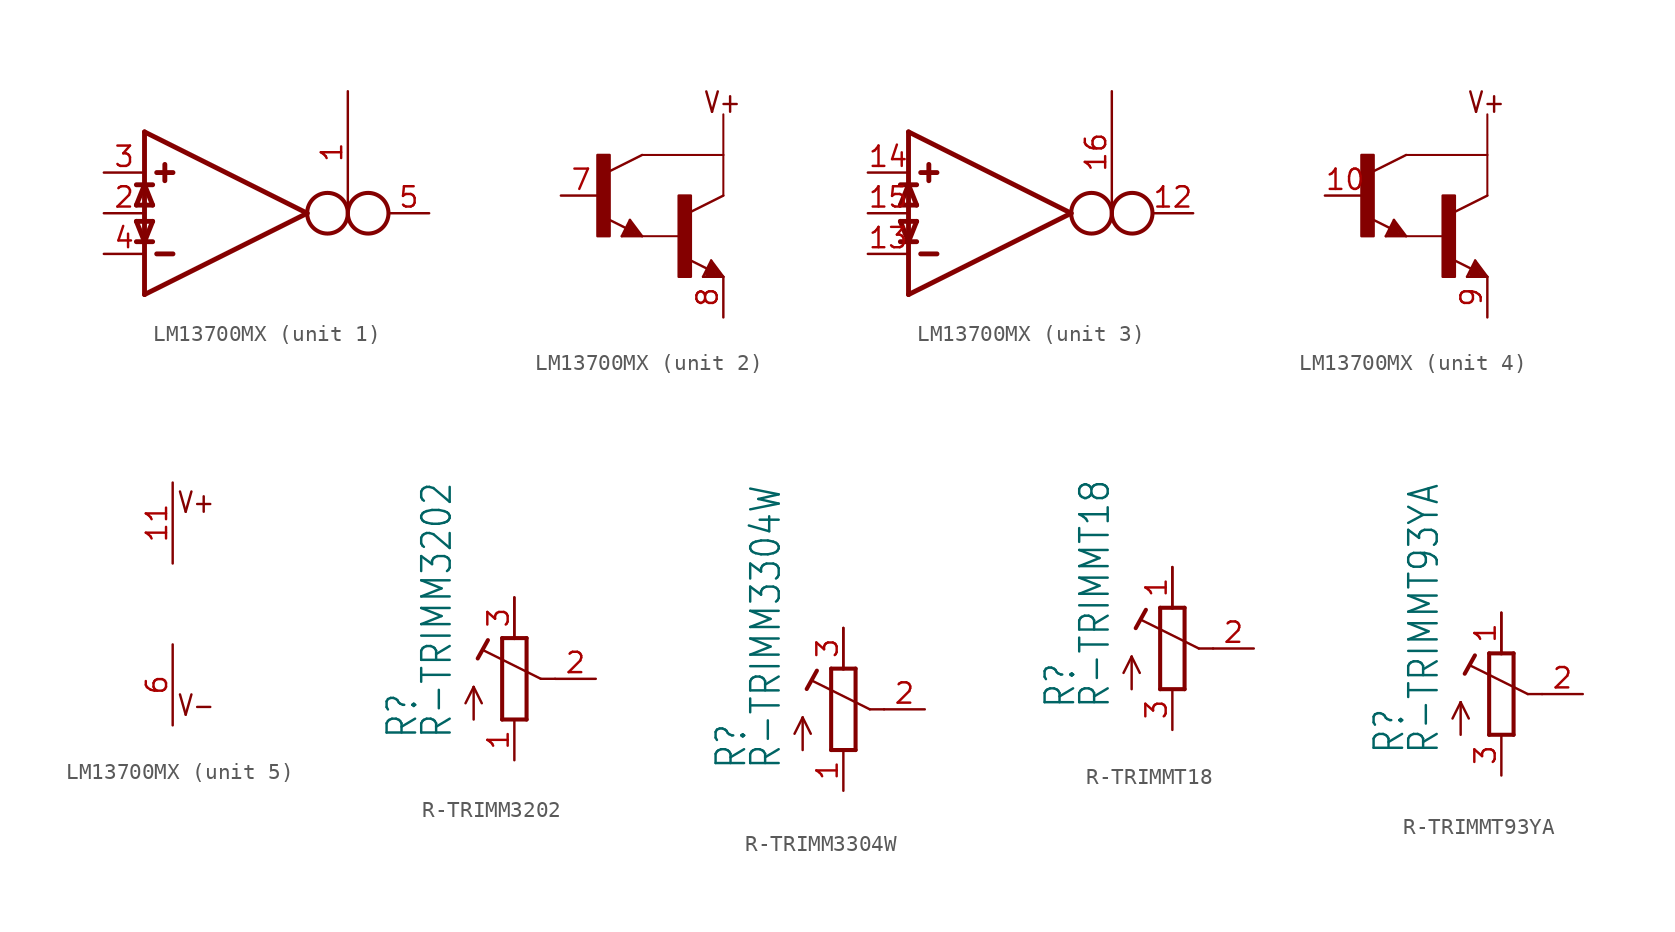
<source format=kicad_sym>
(kicad_symbol_lib
  (version 20211014)
  (generator kicad_symbol_editor)
  (symbol "LM13700MX"
    (property "Reference" "IC"
      (at 5.08 2.54 0)
      (effects (font (size 1.778 1.511)) (justify left bottom) hide))
    (property "ki_locked" ""
      (at 0 0 0)
      (effects (font (size 1.27 1.27))))
    (symbol "LM13700MX_1_0"
      (polyline (pts (xy -5.588 -0.508) (xy -5.08 -1.778)) (stroke (width 0.305) (type default) (color 0 0 0 0)) (fill (type none)))
      (polyline (pts (xy -5.588 0.508) (xy -4.572 0.508)) (stroke (width 0.305) (type default) (color 0 0 0 0)) (fill (type none)))
      (polyline (pts (xy -5.588 1.778) (xy -4.572 1.778)) (stroke (width 0.305) (type default) (color 0 0 0 0)) (fill (type none)))
      (polyline (pts (xy -5.08 -5.08) (xy 5.08 0)) (stroke (width 0.305) (type default) (color 0 0 0 0)) (fill (type none)))
      (polyline (pts (xy -5.08 -1.778) (xy -4.572 -0.508)) (stroke (width 0.305) (type default) (color 0 0 0 0)) (fill (type none)))
      (polyline (pts (xy -5.08 1.778) (xy -5.588 0.508)) (stroke (width 0.305) (type default) (color 0 0 0 0)) (fill (type none)))
      (polyline (pts (xy -5.08 5.08) (xy -5.08 -5.08)) (stroke (width 0.305) (type default) (color 0 0 0 0)) (fill (type none)))
      (polyline (pts (xy -4.572 -1.778) (xy -5.588 -1.778)) (stroke (width 0.305) (type default) (color 0 0 0 0)) (fill (type none)))
      (polyline (pts (xy -4.572 -0.508) (xy -5.588 -0.508)) (stroke (width 0.305) (type default) (color 0 0 0 0)) (fill (type none)))
      (polyline (pts (xy -4.572 0.508) (xy -5.08 1.778)) (stroke (width 0.305) (type default) (color 0 0 0 0)) (fill (type none)))
      (polyline (pts (xy -4.318 -2.54) (xy -3.302 -2.54)) (stroke (width 0.305) (type default) (color 0 0 0 0)) (fill (type none)))
      (polyline (pts (xy -4.318 2.54) (xy -3.302 2.54)) (stroke (width 0.305) (type default) (color 0 0 0 0)) (fill (type none)))
      (polyline (pts (xy -3.81 3.048) (xy -3.81 2.032)) (stroke (width 0.305) (type default) (color 0 0 0 0)) (fill (type none)))
      (polyline (pts (xy 5.08 0) (xy -5.08 5.08)) (stroke (width 0.305) (type default) (color 0 0 0 0)) (fill (type none)))
      (circle (center 6.35 0) (radius 1.27) (stroke (width 0.254) (type default) (color 0 0 0 0)) (fill (type none)))
      (circle (center 8.89 0) (radius 1.27) (stroke (width 0.254) (type default) (color 0 0 0 0)) (fill (type none)))
      (pin input line (at 7.62 7.62 270) (length 7.62) (name "I_BIAS" (effects (font (size 0 0)))) (number "1" (effects (font (size 1.27 1.27)))))
      (pin input line (at -7.62 0 0) (length 2.54) (name "I_DIODE" (effects (font (size 0 0)))) (number "2" (effects (font (size 1.27 1.27)))))
      (pin input line (at -7.62 2.54 0) (length 2.54) (name "IN_P" (effects (font (size 0 0)))) (number "3" (effects (font (size 1.27 1.27)))))
      (pin input line (at -7.62 -2.54 0) (length 2.54) (name "IN_N" (effects (font (size 0 0)))) (number "4" (effects (font (size 1.27 1.27)))))
      (pin output line (at 12.7 0 180) (length 2.54) (name "OUT" (effects (font (size 0 0)))) (number "5" (effects (font (size 1.27 1.27))))))
    (symbol "LM13700MX_2_0"
      (rectangle (start -5.334 0) (end -4.572 5.08) (stroke (width 0) (type default) (color 0 0 0 0)) (fill (type outline)))
      (rectangle (start -0.254 -2.54) (end 0.508 2.54) (stroke (width 0) (type default) (color 0 0 0 0)) (fill (type outline)))
      (polyline (pts (xy -3.81 0) (xy -3.302 1.016)) (stroke (width 0.152) (type default) (color 0 0 0 0)) (fill (type none)))
      (polyline (pts (xy -3.556 0.127) (xy -2.794 0.127)) (stroke (width 0.254) (type default) (color 0 0 0 0)) (fill (type none)))
      (polyline (pts (xy -3.556 0.254) (xy -3.175 0.254)) (stroke (width 0.254) (type default) (color 0 0 0 0)) (fill (type none)))
      (polyline (pts (xy -3.54 0.5) (xy -4.772 1.116)) (stroke (width 0.152) (type default) (color 0 0 0 0)) (fill (type none)))
      (polyline (pts (xy -3.302 0.762) (xy -3.556 0.254)) (stroke (width 0.254) (type default) (color 0 0 0 0)) (fill (type none)))
      (polyline (pts (xy -3.302 1.016) (xy -2.54 0)) (stroke (width 0.152) (type default) (color 0 0 0 0)) (fill (type none)))
      (polyline (pts (xy -3.175 0.254) (xy -3.302 0.508)) (stroke (width 0.254) (type default) (color 0 0 0 0)) (fill (type none)))
      (polyline (pts (xy -2.794 0.127) (xy -3.302 0.762)) (stroke (width 0.254) (type default) (color 0 0 0 0)) (fill (type none)))
      (polyline (pts (xy -2.54 0) (xy -3.81 0)) (stroke (width 0.152) (type default) (color 0 0 0 0)) (fill (type none)))
      (polyline (pts (xy -2.54 5.08) (xy -4.572 4.064)) (stroke (width 0.152) (type default) (color 0 0 0 0)) (fill (type none)))
      (polyline (pts (xy -2.54 5.08) (xy 2.54 5.08)) (stroke (width 0.127) (type default) (color 0 0 0 0)) (fill (type none)))
      (polyline (pts (xy 0 0) (xy -2.54 0)) (stroke (width 0.127) (type default) (color 0 0 0 0)) (fill (type none)))
      (polyline (pts (xy 1.27 -2.54) (xy 1.778 -1.524)) (stroke (width 0.152) (type default) (color 0 0 0 0)) (fill (type none)))
      (polyline (pts (xy 1.524 -2.413) (xy 2.286 -2.413)) (stroke (width 0.254) (type default) (color 0 0 0 0)) (fill (type none)))
      (polyline (pts (xy 1.524 -2.286) (xy 1.905 -2.286)) (stroke (width 0.254) (type default) (color 0 0 0 0)) (fill (type none)))
      (polyline (pts (xy 1.54 -2.04) (xy 0.308 -1.424)) (stroke (width 0.152) (type default) (color 0 0 0 0)) (fill (type none)))
      (polyline (pts (xy 1.778 -1.778) (xy 1.524 -2.286)) (stroke (width 0.254) (type default) (color 0 0 0 0)) (fill (type none)))
      (polyline (pts (xy 1.778 -1.524) (xy 2.54 -2.54)) (stroke (width 0.152) (type default) (color 0 0 0 0)) (fill (type none)))
      (polyline (pts (xy 1.905 -2.286) (xy 1.778 -2.032)) (stroke (width 0.254) (type default) (color 0 0 0 0)) (fill (type none)))
      (polyline (pts (xy 2.286 -2.413) (xy 1.778 -1.778)) (stroke (width 0.254) (type default) (color 0 0 0 0)) (fill (type none)))
      (polyline (pts (xy 2.54 -2.54) (xy 1.27 -2.54)) (stroke (width 0.152) (type default) (color 0 0 0 0)) (fill (type none)))
      (polyline (pts (xy 2.54 2.54) (xy 0.508 1.524)) (stroke (width 0.152) (type default) (color 0 0 0 0)) (fill (type none)))
      (polyline (pts (xy 2.54 2.54) (xy 2.54 5.08)) (stroke (width 0.127) (type default) (color 0 0 0 0)) (fill (type none)))
      (polyline (pts (xy 2.54 5.08) (xy 2.54 7.62)) (stroke (width 0.127) (type default) (color 0 0 0 0)) (fill (type none)))
      (text "V+" (at 1.27 7.62 0) (effects (font (size 1.27 1.079)) (justify left bottom)))
      (pin passive line (at -7.62 2.54 0) (length 2.54) (name "B" (effects (font (size 0 0)))) (number "7" (effects (font (size 1.27 1.27)))))
      (pin passive line (at 2.54 -5.08 90) (length 2.54) (name "E" (effects (font (size 0 0)))) (number "8" (effects (font (size 1.27 1.27))))))
    (symbol "LM13700MX_3_0"
      (polyline (pts (xy -5.588 -0.508) (xy -5.08 -1.778)) (stroke (width 0.305) (type default) (color 0 0 0 0)) (fill (type none)))
      (polyline (pts (xy -5.588 0.508) (xy -4.572 0.508)) (stroke (width 0.305) (type default) (color 0 0 0 0)) (fill (type none)))
      (polyline (pts (xy -5.588 1.778) (xy -4.572 1.778)) (stroke (width 0.305) (type default) (color 0 0 0 0)) (fill (type none)))
      (polyline (pts (xy -5.08 -5.08) (xy 5.08 0)) (stroke (width 0.305) (type default) (color 0 0 0 0)) (fill (type none)))
      (polyline (pts (xy -5.08 -1.778) (xy -4.572 -0.508)) (stroke (width 0.305) (type default) (color 0 0 0 0)) (fill (type none)))
      (polyline (pts (xy -5.08 1.778) (xy -5.588 0.508)) (stroke (width 0.305) (type default) (color 0 0 0 0)) (fill (type none)))
      (polyline (pts (xy -5.08 5.08) (xy -5.08 -5.08)) (stroke (width 0.305) (type default) (color 0 0 0 0)) (fill (type none)))
      (polyline (pts (xy -4.572 -1.778) (xy -5.588 -1.778)) (stroke (width 0.305) (type default) (color 0 0 0 0)) (fill (type none)))
      (polyline (pts (xy -4.572 -0.508) (xy -5.588 -0.508)) (stroke (width 0.305) (type default) (color 0 0 0 0)) (fill (type none)))
      (polyline (pts (xy -4.572 0.508) (xy -5.08 1.778)) (stroke (width 0.305) (type default) (color 0 0 0 0)) (fill (type none)))
      (polyline (pts (xy -4.318 -2.54) (xy -3.302 -2.54)) (stroke (width 0.305) (type default) (color 0 0 0 0)) (fill (type none)))
      (polyline (pts (xy -4.318 2.54) (xy -3.302 2.54)) (stroke (width 0.305) (type default) (color 0 0 0 0)) (fill (type none)))
      (polyline (pts (xy -3.81 3.048) (xy -3.81 2.032)) (stroke (width 0.305) (type default) (color 0 0 0 0)) (fill (type none)))
      (polyline (pts (xy 5.08 0) (xy -5.08 5.08)) (stroke (width 0.305) (type default) (color 0 0 0 0)) (fill (type none)))
      (circle (center 6.35 0) (radius 1.27) (stroke (width 0.254) (type default) (color 0 0 0 0)) (fill (type none)))
      (circle (center 8.89 0) (radius 1.27) (stroke (width 0.254) (type default) (color 0 0 0 0)) (fill (type none)))
      (pin output line (at 12.7 0 180) (length 2.54) (name "OUT" (effects (font (size 0 0)))) (number "12" (effects (font (size 1.27 1.27)))))
      (pin input line (at -7.62 -2.54 0) (length 2.54) (name "IN_N" (effects (font (size 0 0)))) (number "13" (effects (font (size 1.27 1.27)))))
      (pin input line (at -7.62 2.54 0) (length 2.54) (name "IN_P" (effects (font (size 0 0)))) (number "14" (effects (font (size 1.27 1.27)))))
      (pin input line (at -7.62 0 0) (length 2.54) (name "I_DIODE" (effects (font (size 0 0)))) (number "15" (effects (font (size 1.27 1.27)))))
      (pin input line (at 7.62 7.62 270) (length 7.62) (name "I_BIAS" (effects (font (size 0 0)))) (number "16" (effects (font (size 1.27 1.27))))))
    (symbol "LM13700MX_4_0"
      (rectangle (start -5.334 0) (end -4.572 5.08) (stroke (width 0) (type default) (color 0 0 0 0)) (fill (type outline)))
      (rectangle (start -0.254 -2.54) (end 0.508 2.54) (stroke (width 0) (type default) (color 0 0 0 0)) (fill (type outline)))
      (polyline (pts (xy -3.81 0) (xy -3.302 1.016)) (stroke (width 0.152) (type default) (color 0 0 0 0)) (fill (type none)))
      (polyline (pts (xy -3.556 0.127) (xy -2.794 0.127)) (stroke (width 0.254) (type default) (color 0 0 0 0)) (fill (type none)))
      (polyline (pts (xy -3.556 0.254) (xy -3.175 0.254)) (stroke (width 0.254) (type default) (color 0 0 0 0)) (fill (type none)))
      (polyline (pts (xy -3.54 0.5) (xy -4.772 1.116)) (stroke (width 0.152) (type default) (color 0 0 0 0)) (fill (type none)))
      (polyline (pts (xy -3.302 0.762) (xy -3.556 0.254)) (stroke (width 0.254) (type default) (color 0 0 0 0)) (fill (type none)))
      (polyline (pts (xy -3.302 1.016) (xy -2.54 0)) (stroke (width 0.152) (type default) (color 0 0 0 0)) (fill (type none)))
      (polyline (pts (xy -3.175 0.254) (xy -3.302 0.508)) (stroke (width 0.254) (type default) (color 0 0 0 0)) (fill (type none)))
      (polyline (pts (xy -2.794 0.127) (xy -3.302 0.762)) (stroke (width 0.254) (type default) (color 0 0 0 0)) (fill (type none)))
      (polyline (pts (xy -2.54 0) (xy -3.81 0)) (stroke (width 0.152) (type default) (color 0 0 0 0)) (fill (type none)))
      (polyline (pts (xy -2.54 5.08) (xy -4.572 4.064)) (stroke (width 0.152) (type default) (color 0 0 0 0)) (fill (type none)))
      (polyline (pts (xy -2.54 5.08) (xy 2.54 5.08)) (stroke (width 0.127) (type default) (color 0 0 0 0)) (fill (type none)))
      (polyline (pts (xy 0 0) (xy -2.54 0)) (stroke (width 0.127) (type default) (color 0 0 0 0)) (fill (type none)))
      (polyline (pts (xy 1.27 -2.54) (xy 1.778 -1.524)) (stroke (width 0.152) (type default) (color 0 0 0 0)) (fill (type none)))
      (polyline (pts (xy 1.524 -2.413) (xy 2.286 -2.413)) (stroke (width 0.254) (type default) (color 0 0 0 0)) (fill (type none)))
      (polyline (pts (xy 1.524 -2.286) (xy 1.905 -2.286)) (stroke (width 0.254) (type default) (color 0 0 0 0)) (fill (type none)))
      (polyline (pts (xy 1.54 -2.04) (xy 0.308 -1.424)) (stroke (width 0.152) (type default) (color 0 0 0 0)) (fill (type none)))
      (polyline (pts (xy 1.778 -1.778) (xy 1.524 -2.286)) (stroke (width 0.254) (type default) (color 0 0 0 0)) (fill (type none)))
      (polyline (pts (xy 1.778 -1.524) (xy 2.54 -2.54)) (stroke (width 0.152) (type default) (color 0 0 0 0)) (fill (type none)))
      (polyline (pts (xy 1.905 -2.286) (xy 1.778 -2.032)) (stroke (width 0.254) (type default) (color 0 0 0 0)) (fill (type none)))
      (polyline (pts (xy 2.286 -2.413) (xy 1.778 -1.778)) (stroke (width 0.254) (type default) (color 0 0 0 0)) (fill (type none)))
      (polyline (pts (xy 2.54 -2.54) (xy 1.27 -2.54)) (stroke (width 0.152) (type default) (color 0 0 0 0)) (fill (type none)))
      (polyline (pts (xy 2.54 2.54) (xy 0.508 1.524)) (stroke (width 0.152) (type default) (color 0 0 0 0)) (fill (type none)))
      (polyline (pts (xy 2.54 2.54) (xy 2.54 5.08)) (stroke (width 0.127) (type default) (color 0 0 0 0)) (fill (type none)))
      (polyline (pts (xy 2.54 5.08) (xy 2.54 7.62)) (stroke (width 0.127) (type default) (color 0 0 0 0)) (fill (type none)))
      (text "V+" (at 1.27 7.62 0) (effects (font (size 1.27 1.079)) (justify left bottom)))
      (pin passive line (at -7.62 2.54 0) (length 2.54) (name "B" (effects (font (size 0 0)))) (number "10" (effects (font (size 1.27 1.27)))))
      (pin passive line (at 2.54 -5.08 90) (length 2.54) (name "E" (effects (font (size 0 0)))) (number "9" (effects (font (size 1.27 1.27))))))
    (symbol "LM13700MX_5_0"
      (text "V+" (at 0.254 7.112 0) (effects (font (size 1.27 1.079)) (justify left top)))
      (text "V-" (at 0.254 -7.112 0) (effects (font (size 1.27 1.079)) (justify left bottom)))
      (pin power_in line (at 0 7.62 270) (length 5.08) (name "V+" (effects (font (size 0 0)))) (number "11" (effects (font (size 1.27 1.27)))))
      (pin power_in line (at 0 -7.62 90) (length 5.08) (name "V-" (effects (font (size 0 0)))) (number "6" (effects (font (size 1.27 1.27)))))))
  (symbol "R-TRIMM3202"
    (property "Reference" "R"
      (at -5.969 -3.81 90)
      (effects (font (size 1.778 1.511)) (justify left bottom)))
    (property "Value" "R-TRIMM3202"
      (at -3.81 -3.81 90)
      (effects (font (size 1.778 1.511)) (justify left bottom)))
    (property "ki_locked" ""
      (at 0 0 0)
      (effects (font (size 1.27 1.27))))
    (symbol "R-TRIMM3202_1_0"
      (polyline (pts (xy -2.54 -2.54) (xy -2.54 -0.508)) (stroke (width 0.152) (type default) (color 0 0 0 0)) (fill (type none)))
      (polyline (pts (xy -2.54 -0.508) (xy -3.048 -1.524)) (stroke (width 0.152) (type default) (color 0 0 0 0)) (fill (type none)))
      (polyline (pts (xy -2.54 -0.508) (xy -2.032 -1.524)) (stroke (width 0.152) (type default) (color 0 0 0 0)) (fill (type none)))
      (polyline (pts (xy -2.286 1.27) (xy -1.651 2.413)) (stroke (width 0.254) (type default) (color 0 0 0 0)) (fill (type none)))
      (polyline (pts (xy -0.762 -2.54) (xy 0.762 -2.54)) (stroke (width 0.254) (type default) (color 0 0 0 0)) (fill (type none)))
      (polyline (pts (xy -0.762 2.54) (xy -0.762 -2.54)) (stroke (width 0.254) (type default) (color 0 0 0 0)) (fill (type none)))
      (polyline (pts (xy 0 2.54) (xy -0.762 2.54)) (stroke (width 0.254) (type default) (color 0 0 0 0)) (fill (type none)))
      (polyline (pts (xy 0 2.54) (xy 0 5.08)) (stroke (width 0.152) (type default) (color 0 0 0 0)) (fill (type none)))
      (polyline (pts (xy 0.762 -2.54) (xy 0.762 2.54)) (stroke (width 0.254) (type default) (color 0 0 0 0)) (fill (type none)))
      (polyline (pts (xy 0.762 2.54) (xy 0 2.54)) (stroke (width 0.254) (type default) (color 0 0 0 0)) (fill (type none)))
      (polyline (pts (xy 1.651 0) (xy -1.88 1.753)) (stroke (width 0.152) (type default) (color 0 0 0 0)) (fill (type none)))
      (polyline (pts (xy 2.54 0) (xy 1.651 0)) (stroke (width 0.152) (type default) (color 0 0 0 0)) (fill (type none)))
      (pin passive line (at 0 -5.08 90) (length 2.54) (name "E" (effects (font (size 0 0)))) (number "1" (effects (font (size 1.27 1.27)))))
      (pin passive line (at 5.08 0 180) (length 2.54) (name "S" (effects (font (size 0 0)))) (number "2" (effects (font (size 1.27 1.27)))))
      (pin passive line (at 0 5.08 270) (length 2.54) (name "A" (effects (font (size 0 0)))) (number "3" (effects (font (size 1.27 1.27)))))))
  (symbol "R-TRIMM3304W"
    (property "Reference" "R"
      (at -5.969 -3.81 90)
      (effects (font (size 1.778 1.511)) (justify left bottom)))
    (property "Value" "R-TRIMM3304W"
      (at -3.81 -3.81 90)
      (effects (font (size 1.778 1.511)) (justify left bottom)))
    (property "ki_locked" ""
      (at 0 0 0)
      (effects (font (size 1.27 1.27))))
    (symbol "R-TRIMM3304W_1_0"
      (polyline (pts (xy -2.54 -2.54) (xy -2.54 -0.508)) (stroke (width 0.152) (type default) (color 0 0 0 0)) (fill (type none)))
      (polyline (pts (xy -2.54 -0.508) (xy -3.048 -1.524)) (stroke (width 0.152) (type default) (color 0 0 0 0)) (fill (type none)))
      (polyline (pts (xy -2.54 -0.508) (xy -2.032 -1.524)) (stroke (width 0.152) (type default) (color 0 0 0 0)) (fill (type none)))
      (polyline (pts (xy -2.286 1.27) (xy -1.651 2.413)) (stroke (width 0.254) (type default) (color 0 0 0 0)) (fill (type none)))
      (polyline (pts (xy -0.762 -2.54) (xy 0.762 -2.54)) (stroke (width 0.254) (type default) (color 0 0 0 0)) (fill (type none)))
      (polyline (pts (xy -0.762 2.54) (xy -0.762 -2.54)) (stroke (width 0.254) (type default) (color 0 0 0 0)) (fill (type none)))
      (polyline (pts (xy 0 2.54) (xy -0.762 2.54)) (stroke (width 0.254) (type default) (color 0 0 0 0)) (fill (type none)))
      (polyline (pts (xy 0 2.54) (xy 0 5.08)) (stroke (width 0.152) (type default) (color 0 0 0 0)) (fill (type none)))
      (polyline (pts (xy 0.762 -2.54) (xy 0.762 2.54)) (stroke (width 0.254) (type default) (color 0 0 0 0)) (fill (type none)))
      (polyline (pts (xy 0.762 2.54) (xy 0 2.54)) (stroke (width 0.254) (type default) (color 0 0 0 0)) (fill (type none)))
      (polyline (pts (xy 1.651 0) (xy -1.88 1.753)) (stroke (width 0.152) (type default) (color 0 0 0 0)) (fill (type none)))
      (polyline (pts (xy 2.54 0) (xy 1.651 0)) (stroke (width 0.152) (type default) (color 0 0 0 0)) (fill (type none)))
      (pin passive line (at 0 -5.08 90) (length 2.54) (name "E" (effects (font (size 0 0)))) (number "1" (effects (font (size 1.27 1.27)))))
      (pin passive line (at 5.08 0 180) (length 2.54) (name "S" (effects (font (size 0 0)))) (number "2" (effects (font (size 1.27 1.27)))))
      (pin passive line (at 0 5.08 270) (length 2.54) (name "A" (effects (font (size 0 0)))) (number "3" (effects (font (size 1.27 1.27)))))))
  (symbol "R-TRIMMT18"
    (property "Reference" "R"
      (at -5.969 -3.81 90)
      (effects (font (size 1.778 1.511)) (justify left bottom)))
    (property "Value" "R-TRIMMT18"
      (at -3.81 -3.81 90)
      (effects (font (size 1.778 1.511)) (justify left bottom)))
    (property "ki_locked" ""
      (at 0 0 0)
      (effects (font (size 1.27 1.27))))
    (symbol "R-TRIMMT18_1_0"
      (polyline (pts (xy -2.54 -2.54) (xy -2.54 -0.508)) (stroke (width 0.152) (type default) (color 0 0 0 0)) (fill (type none)))
      (polyline (pts (xy -2.54 -0.508) (xy -3.048 -1.524)) (stroke (width 0.152) (type default) (color 0 0 0 0)) (fill (type none)))
      (polyline (pts (xy -2.54 -0.508) (xy -2.032 -1.524)) (stroke (width 0.152) (type default) (color 0 0 0 0)) (fill (type none)))
      (polyline (pts (xy -2.286 1.27) (xy -1.651 2.413)) (stroke (width 0.254) (type default) (color 0 0 0 0)) (fill (type none)))
      (polyline (pts (xy -0.762 -2.54) (xy 0.762 -2.54)) (stroke (width 0.254) (type default) (color 0 0 0 0)) (fill (type none)))
      (polyline (pts (xy -0.762 2.54) (xy -0.762 -2.54)) (stroke (width 0.254) (type default) (color 0 0 0 0)) (fill (type none)))
      (polyline (pts (xy 0 2.54) (xy -0.762 2.54)) (stroke (width 0.254) (type default) (color 0 0 0 0)) (fill (type none)))
      (polyline (pts (xy 0 2.54) (xy 0 5.08)) (stroke (width 0.152) (type default) (color 0 0 0 0)) (fill (type none)))
      (polyline (pts (xy 0.762 -2.54) (xy 0.762 2.54)) (stroke (width 0.254) (type default) (color 0 0 0 0)) (fill (type none)))
      (polyline (pts (xy 0.762 2.54) (xy 0 2.54)) (stroke (width 0.254) (type default) (color 0 0 0 0)) (fill (type none)))
      (polyline (pts (xy 1.651 0) (xy -1.88 1.753)) (stroke (width 0.152) (type default) (color 0 0 0 0)) (fill (type none)))
      (polyline (pts (xy 2.54 0) (xy 1.651 0)) (stroke (width 0.152) (type default) (color 0 0 0 0)) (fill (type none)))
      (pin passive line (at 0 5.08 270) (length 2.54) (name "A" (effects (font (size 0 0)))) (number "1" (effects (font (size 1.27 1.27)))))
      (pin passive line (at 5.08 0 180) (length 2.54) (name "S" (effects (font (size 0 0)))) (number "2" (effects (font (size 1.27 1.27)))))
      (pin passive line (at 0 -5.08 90) (length 2.54) (name "E" (effects (font (size 0 0)))) (number "3" (effects (font (size 1.27 1.27)))))))
  (symbol "R-TRIMMT93YA"
    (property "Reference" "R"
      (at -5.969 -3.81 90)
      (effects (font (size 1.778 1.511)) (justify left bottom)))
    (property "Value" "R-TRIMMT93YA"
      (at -3.81 -3.81 90)
      (effects (font (size 1.778 1.511)) (justify left bottom)))
    (property "ki_locked" ""
      (at 0 0 0)
      (effects (font (size 1.27 1.27))))
    (symbol "R-TRIMMT93YA_1_0"
      (polyline (pts (xy -2.54 -2.54) (xy -2.54 -0.508)) (stroke (width 0.152) (type default) (color 0 0 0 0)) (fill (type none)))
      (polyline (pts (xy -2.54 -0.508) (xy -3.048 -1.524)) (stroke (width 0.152) (type default) (color 0 0 0 0)) (fill (type none)))
      (polyline (pts (xy -2.54 -0.508) (xy -2.032 -1.524)) (stroke (width 0.152) (type default) (color 0 0 0 0)) (fill (type none)))
      (polyline (pts (xy -2.286 1.27) (xy -1.651 2.413)) (stroke (width 0.254) (type default) (color 0 0 0 0)) (fill (type none)))
      (polyline (pts (xy -0.762 -2.54) (xy 0.762 -2.54)) (stroke (width 0.254) (type default) (color 0 0 0 0)) (fill (type none)))
      (polyline (pts (xy -0.762 2.54) (xy -0.762 -2.54)) (stroke (width 0.254) (type default) (color 0 0 0 0)) (fill (type none)))
      (polyline (pts (xy 0 2.54) (xy -0.762 2.54)) (stroke (width 0.254) (type default) (color 0 0 0 0)) (fill (type none)))
      (polyline (pts (xy 0 2.54) (xy 0 5.08)) (stroke (width 0.152) (type default) (color 0 0 0 0)) (fill (type none)))
      (polyline (pts (xy 0.762 -2.54) (xy 0.762 2.54)) (stroke (width 0.254) (type default) (color 0 0 0 0)) (fill (type none)))
      (polyline (pts (xy 0.762 2.54) (xy 0 2.54)) (stroke (width 0.254) (type default) (color 0 0 0 0)) (fill (type none)))
      (polyline (pts (xy 1.651 0) (xy -1.88 1.753)) (stroke (width 0.152) (type default) (color 0 0 0 0)) (fill (type none)))
      (polyline (pts (xy 2.54 0) (xy 1.651 0)) (stroke (width 0.152) (type default) (color 0 0 0 0)) (fill (type none)))
      (pin passive line (at 0 5.08 270) (length 2.54) (name "A" (effects (font (size 0 0)))) (number "1" (effects (font (size 1.27 1.27)))))
      (pin passive line (at 5.08 0 180) (length 2.54) (name "S" (effects (font (size 0 0)))) (number "2" (effects (font (size 1.27 1.27)))))
      (pin passive line (at 0 -5.08 90) (length 2.54) (name "E" (effects (font (size 0 0)))) (number "3" (effects (font (size 1.27 1.27))))))))
</source>
